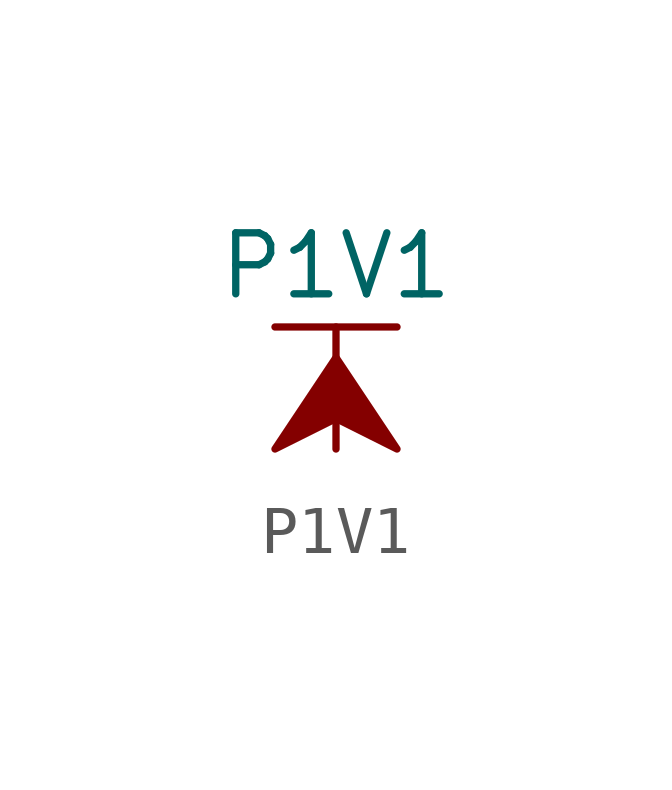
<source format=kicad_sym>
(kicad_symbol_lib
  (version 20211014)
  (generator kicad_symbol_editor)
  (symbol "P1V1"
    (power)
    (pin_names
      (offset 0))
    (property "Reference" "#PWR"
      (at 0 -3.81 0)
      (effects (font (size 1.27 1.27)) hide))
    (property "Value" "P1V1"
      (at 0 3.81 0)
      (effects (font (size 1.27 1.27))))
    (symbol "P1V1_0_1"
      (polyline (pts (xy -1.27 2.54) (xy 1.27 2.54)) (stroke (width 0.152) (type default) (color 0 0 0 0)) (fill (type none)))
      (polyline (pts (xy 0 0) (xy 0 2.54)) (stroke (width 0.152) (type default) (color 0 0 0 0)) (fill (type none)))
      (polyline (pts (xy 0 1.905) (xy -1.27 0) (xy 0 0.635) (xy 1.27 0) (xy 0 1.905)) (stroke (width 0.152) (type default) (color 0 0 0 0)) (fill (type outline))))
    (symbol "P1V1_1_1"
      (pin power_in line (at 0 0 90) (length 0) hide (name "P1V1" (effects (font (size 1.27 1.27)))) (number "1" (effects (font (size 1.27 1.27))))))))
</source>
